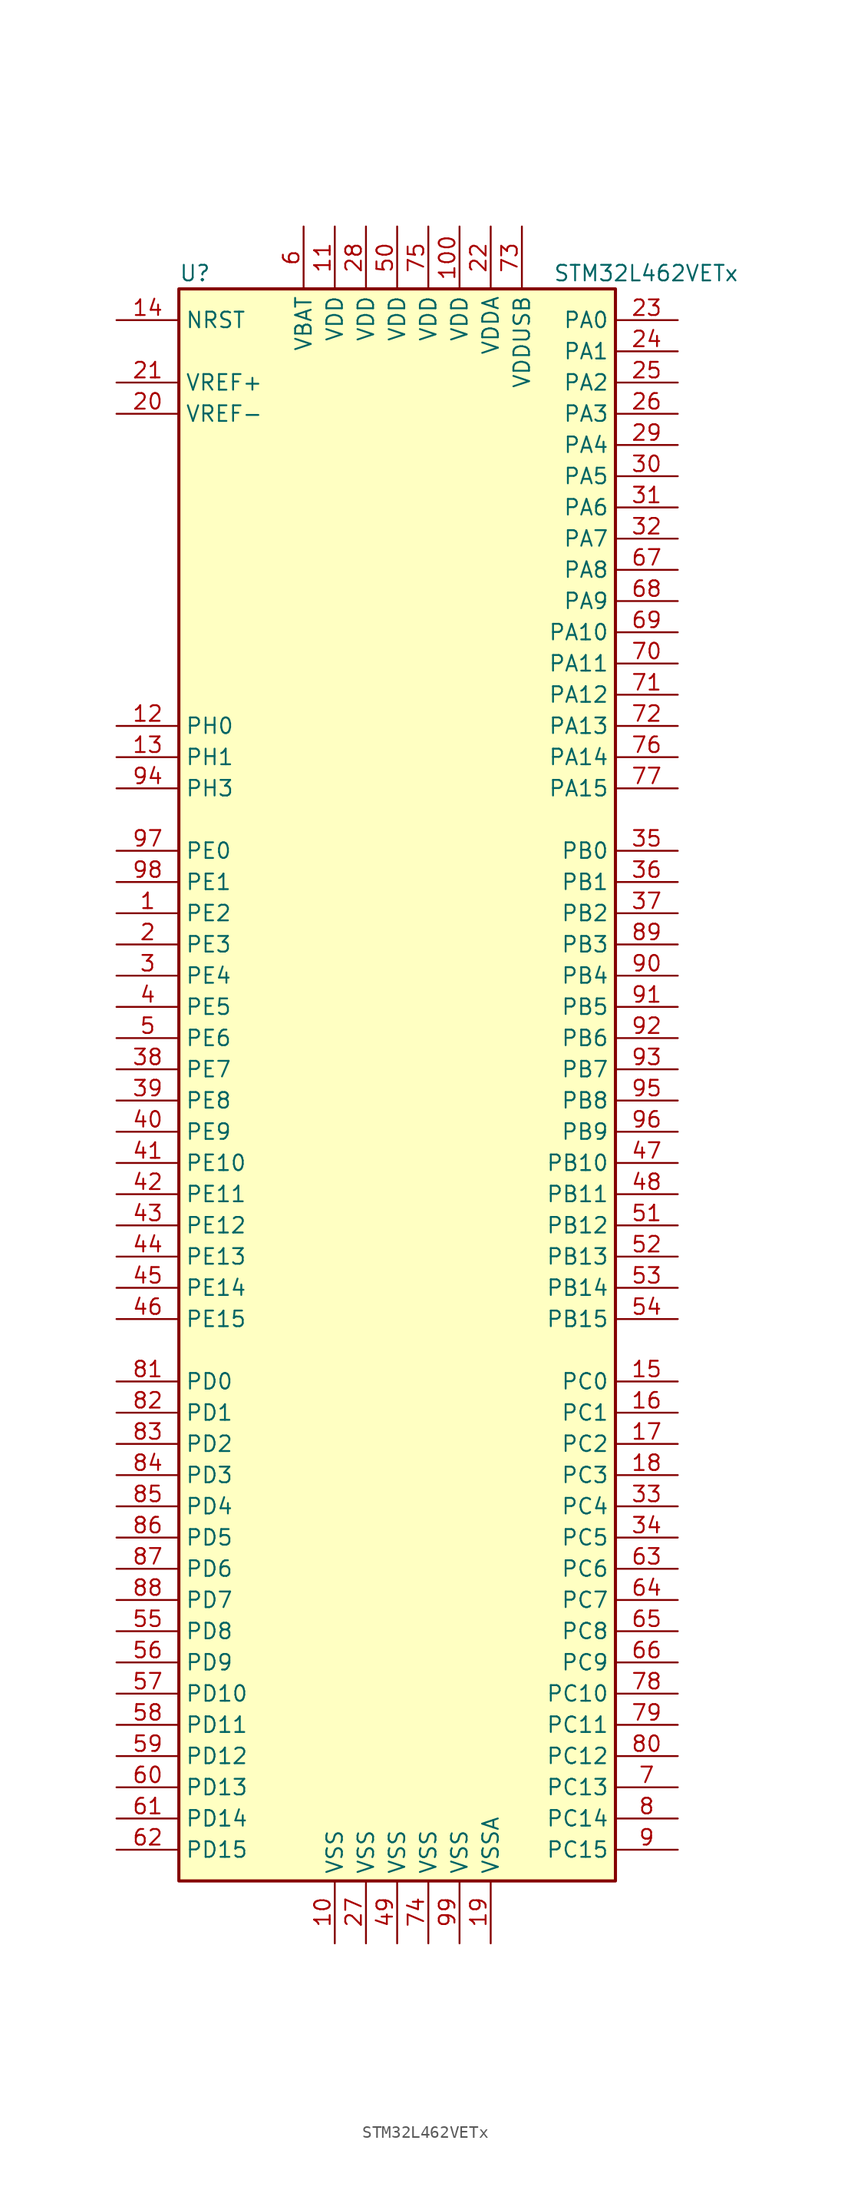
<source format=kicad_sym>
(kicad_symbol_lib
  (version 20201005)
  (generator kicad_symbol_editor)
  (symbol "STM32L462VETx"
    (property "Reference" "U"
      (at -17.78 64.77 0)
      (effects (font (size 1.27 1.27)) (justify left)))
    (property "Value" "STM32L462VETx"
      (at 12.7 64.77 0)
      (effects (font (size 1.27 1.27)) (justify left)))
    (symbol "STM32L462VETx_0_1"
      (rectangle (start -17.78 -66.04) (end 17.78 63.5) (stroke (width 0.254)) (fill (type background))))
    (symbol "STM32L462VETx_1_1"
      (pin input line (at -22.86 60.96 0) (length 5.08) (name "NRST" (effects (font (size 1.27 1.27)))) (number "14" (effects (font (size 1.27 1.27)))))
      (pin bidirectional line (at 22.86 60.96 180) (length 5.08) (name "PA0" (effects (font (size 1.27 1.27)))) (number "23" (effects (font (size 1.27 1.27)))))
      (pin bidirectional line (at 22.86 58.42 180) (length 5.08) (name "PA1" (effects (font (size 1.27 1.27)))) (number "24" (effects (font (size 1.27 1.27)))))
      (pin bidirectional line (at 22.86 35.56 180) (length 5.08) (name "PA10" (effects (font (size 1.27 1.27)))) (number "69" (effects (font (size 1.27 1.27)))))
      (pin bidirectional line (at 22.86 33.02 180) (length 5.08) (name "PA11" (effects (font (size 1.27 1.27)))) (number "70" (effects (font (size 1.27 1.27)))))
      (pin bidirectional line (at 22.86 30.48 180) (length 5.08) (name "PA12" (effects (font (size 1.27 1.27)))) (number "71" (effects (font (size 1.27 1.27)))))
      (pin bidirectional line (at 22.86 27.94 180) (length 5.08) (name "PA13" (effects (font (size 1.27 1.27)))) (number "72" (effects (font (size 1.27 1.27)))))
      (pin bidirectional line (at 22.86 25.4 180) (length 5.08) (name "PA14" (effects (font (size 1.27 1.27)))) (number "76" (effects (font (size 1.27 1.27)))))
      (pin bidirectional line (at 22.86 22.86 180) (length 5.08) (name "PA15" (effects (font (size 1.27 1.27)))) (number "77" (effects (font (size 1.27 1.27)))))
      (pin bidirectional line (at 22.86 55.88 180) (length 5.08) (name "PA2" (effects (font (size 1.27 1.27)))) (number "25" (effects (font (size 1.27 1.27)))))
      (pin bidirectional line (at 22.86 53.34 180) (length 5.08) (name "PA3" (effects (font (size 1.27 1.27)))) (number "26" (effects (font (size 1.27 1.27)))))
      (pin bidirectional line (at 22.86 50.8 180) (length 5.08) (name "PA4" (effects (font (size 1.27 1.27)))) (number "29" (effects (font (size 1.27 1.27)))))
      (pin bidirectional line (at 22.86 48.26 180) (length 5.08) (name "PA5" (effects (font (size 1.27 1.27)))) (number "30" (effects (font (size 1.27 1.27)))))
      (pin bidirectional line (at 22.86 45.72 180) (length 5.08) (name "PA6" (effects (font (size 1.27 1.27)))) (number "31" (effects (font (size 1.27 1.27)))))
      (pin bidirectional line (at 22.86 43.18 180) (length 5.08) (name "PA7" (effects (font (size 1.27 1.27)))) (number "32" (effects (font (size 1.27 1.27)))))
      (pin bidirectional line (at 22.86 40.64 180) (length 5.08) (name "PA8" (effects (font (size 1.27 1.27)))) (number "67" (effects (font (size 1.27 1.27)))))
      (pin bidirectional line (at 22.86 38.1 180) (length 5.08) (name "PA9" (effects (font (size 1.27 1.27)))) (number "68" (effects (font (size 1.27 1.27)))))
      (pin bidirectional line (at 22.86 17.78 180) (length 5.08) (name "PB0" (effects (font (size 1.27 1.27)))) (number "35" (effects (font (size 1.27 1.27)))))
      (pin bidirectional line (at 22.86 15.24 180) (length 5.08) (name "PB1" (effects (font (size 1.27 1.27)))) (number "36" (effects (font (size 1.27 1.27)))))
      (pin bidirectional line (at 22.86 -7.62 180) (length 5.08) (name "PB10" (effects (font (size 1.27 1.27)))) (number "47" (effects (font (size 1.27 1.27)))))
      (pin bidirectional line (at 22.86 -10.16 180) (length 5.08) (name "PB11" (effects (font (size 1.27 1.27)))) (number "48" (effects (font (size 1.27 1.27)))))
      (pin bidirectional line (at 22.86 -12.7 180) (length 5.08) (name "PB12" (effects (font (size 1.27 1.27)))) (number "51" (effects (font (size 1.27 1.27)))))
      (pin bidirectional line (at 22.86 -15.24 180) (length 5.08) (name "PB13" (effects (font (size 1.27 1.27)))) (number "52" (effects (font (size 1.27 1.27)))))
      (pin bidirectional line (at 22.86 -17.78 180) (length 5.08) (name "PB14" (effects (font (size 1.27 1.27)))) (number "53" (effects (font (size 1.27 1.27)))))
      (pin bidirectional line (at 22.86 -20.32 180) (length 5.08) (name "PB15" (effects (font (size 1.27 1.27)))) (number "54" (effects (font (size 1.27 1.27)))))
      (pin bidirectional line (at 22.86 12.7 180) (length 5.08) (name "PB2" (effects (font (size 1.27 1.27)))) (number "37" (effects (font (size 1.27 1.27)))))
      (pin bidirectional line (at 22.86 10.16 180) (length 5.08) (name "PB3" (effects (font (size 1.27 1.27)))) (number "89" (effects (font (size 1.27 1.27)))))
      (pin bidirectional line (at 22.86 7.62 180) (length 5.08) (name "PB4" (effects (font (size 1.27 1.27)))) (number "90" (effects (font (size 1.27 1.27)))))
      (pin bidirectional line (at 22.86 5.08 180) (length 5.08) (name "PB5" (effects (font (size 1.27 1.27)))) (number "91" (effects (font (size 1.27 1.27)))))
      (pin bidirectional line (at 22.86 2.54 180) (length 5.08) (name "PB6" (effects (font (size 1.27 1.27)))) (number "92" (effects (font (size 1.27 1.27)))))
      (pin bidirectional line (at 22.86 0 180) (length 5.08) (name "PB7" (effects (font (size 1.27 1.27)))) (number "93" (effects (font (size 1.27 1.27)))))
      (pin bidirectional line (at 22.86 -2.54 180) (length 5.08) (name "PB8" (effects (font (size 1.27 1.27)))) (number "95" (effects (font (size 1.27 1.27)))))
      (pin bidirectional line (at 22.86 -5.08 180) (length 5.08) (name "PB9" (effects (font (size 1.27 1.27)))) (number "96" (effects (font (size 1.27 1.27)))))
      (pin bidirectional line (at 22.86 -25.4 180) (length 5.08) (name "PC0" (effects (font (size 1.27 1.27)))) (number "15" (effects (font (size 1.27 1.27)))))
      (pin bidirectional line (at 22.86 -27.94 180) (length 5.08) (name "PC1" (effects (font (size 1.27 1.27)))) (number "16" (effects (font (size 1.27 1.27)))))
      (pin bidirectional line (at 22.86 -50.8 180) (length 5.08) (name "PC10" (effects (font (size 1.27 1.27)))) (number "78" (effects (font (size 1.27 1.27)))))
      (pin bidirectional line (at 22.86 -53.34 180) (length 5.08) (name "PC11" (effects (font (size 1.27 1.27)))) (number "79" (effects (font (size 1.27 1.27)))))
      (pin bidirectional line (at 22.86 -55.88 180) (length 5.08) (name "PC12" (effects (font (size 1.27 1.27)))) (number "80" (effects (font (size 1.27 1.27)))))
      (pin bidirectional line (at 22.86 -58.42 180) (length 5.08) (name "PC13" (effects (font (size 1.27 1.27)))) (number "7" (effects (font (size 1.27 1.27)))))
      (pin bidirectional line (at 22.86 -60.96 180) (length 5.08) (name "PC14" (effects (font (size 1.27 1.27)))) (number "8" (effects (font (size 1.27 1.27)))))
      (pin bidirectional line (at 22.86 -63.5 180) (length 5.08) (name "PC15" (effects (font (size 1.27 1.27)))) (number "9" (effects (font (size 1.27 1.27)))))
      (pin bidirectional line (at 22.86 -30.48 180) (length 5.08) (name "PC2" (effects (font (size 1.27 1.27)))) (number "17" (effects (font (size 1.27 1.27)))))
      (pin bidirectional line (at 22.86 -33.02 180) (length 5.08) (name "PC3" (effects (font (size 1.27 1.27)))) (number "18" (effects (font (size 1.27 1.27)))))
      (pin bidirectional line (at 22.86 -35.56 180) (length 5.08) (name "PC4" (effects (font (size 1.27 1.27)))) (number "33" (effects (font (size 1.27 1.27)))))
      (pin bidirectional line (at 22.86 -38.1 180) (length 5.08) (name "PC5" (effects (font (size 1.27 1.27)))) (number "34" (effects (font (size 1.27 1.27)))))
      (pin bidirectional line (at 22.86 -40.64 180) (length 5.08) (name "PC6" (effects (font (size 1.27 1.27)))) (number "63" (effects (font (size 1.27 1.27)))))
      (pin bidirectional line (at 22.86 -43.18 180) (length 5.08) (name "PC7" (effects (font (size 1.27 1.27)))) (number "64" (effects (font (size 1.27 1.27)))))
      (pin bidirectional line (at 22.86 -45.72 180) (length 5.08) (name "PC8" (effects (font (size 1.27 1.27)))) (number "65" (effects (font (size 1.27 1.27)))))
      (pin bidirectional line (at 22.86 -48.26 180) (length 5.08) (name "PC9" (effects (font (size 1.27 1.27)))) (number "66" (effects (font (size 1.27 1.27)))))
      (pin bidirectional line (at -22.86 -25.4 0) (length 5.08) (name "PD0" (effects (font (size 1.27 1.27)))) (number "81" (effects (font (size 1.27 1.27)))))
      (pin bidirectional line (at -22.86 -27.94 0) (length 5.08) (name "PD1" (effects (font (size 1.27 1.27)))) (number "82" (effects (font (size 1.27 1.27)))))
      (pin bidirectional line (at -22.86 -50.8 0) (length 5.08) (name "PD10" (effects (font (size 1.27 1.27)))) (number "57" (effects (font (size 1.27 1.27)))))
      (pin bidirectional line (at -22.86 -53.34 0) (length 5.08) (name "PD11" (effects (font (size 1.27 1.27)))) (number "58" (effects (font (size 1.27 1.27)))))
      (pin bidirectional line (at -22.86 -55.88 0) (length 5.08) (name "PD12" (effects (font (size 1.27 1.27)))) (number "59" (effects (font (size 1.27 1.27)))))
      (pin bidirectional line (at -22.86 -58.42 0) (length 5.08) (name "PD13" (effects (font (size 1.27 1.27)))) (number "60" (effects (font (size 1.27 1.27)))))
      (pin bidirectional line (at -22.86 -60.96 0) (length 5.08) (name "PD14" (effects (font (size 1.27 1.27)))) (number "61" (effects (font (size 1.27 1.27)))))
      (pin bidirectional line (at -22.86 -63.5 0) (length 5.08) (name "PD15" (effects (font (size 1.27 1.27)))) (number "62" (effects (font (size 1.27 1.27)))))
      (pin bidirectional line (at -22.86 -30.48 0) (length 5.08) (name "PD2" (effects (font (size 1.27 1.27)))) (number "83" (effects (font (size 1.27 1.27)))))
      (pin bidirectional line (at -22.86 -33.02 0) (length 5.08) (name "PD3" (effects (font (size 1.27 1.27)))) (number "84" (effects (font (size 1.27 1.27)))))
      (pin bidirectional line (at -22.86 -35.56 0) (length 5.08) (name "PD4" (effects (font (size 1.27 1.27)))) (number "85" (effects (font (size 1.27 1.27)))))
      (pin bidirectional line (at -22.86 -38.1 0) (length 5.08) (name "PD5" (effects (font (size 1.27 1.27)))) (number "86" (effects (font (size 1.27 1.27)))))
      (pin bidirectional line (at -22.86 -40.64 0) (length 5.08) (name "PD6" (effects (font (size 1.27 1.27)))) (number "87" (effects (font (size 1.27 1.27)))))
      (pin bidirectional line (at -22.86 -43.18 0) (length 5.08) (name "PD7" (effects (font (size 1.27 1.27)))) (number "88" (effects (font (size 1.27 1.27)))))
      (pin bidirectional line (at -22.86 -45.72 0) (length 5.08) (name "PD8" (effects (font (size 1.27 1.27)))) (number "55" (effects (font (size 1.27 1.27)))))
      (pin bidirectional line (at -22.86 -48.26 0) (length 5.08) (name "PD9" (effects (font (size 1.27 1.27)))) (number "56" (effects (font (size 1.27 1.27)))))
      (pin bidirectional line (at -22.86 17.78 0) (length 5.08) (name "PE0" (effects (font (size 1.27 1.27)))) (number "97" (effects (font (size 1.27 1.27)))))
      (pin bidirectional line (at -22.86 15.24 0) (length 5.08) (name "PE1" (effects (font (size 1.27 1.27)))) (number "98" (effects (font (size 1.27 1.27)))))
      (pin bidirectional line (at -22.86 -7.62 0) (length 5.08) (name "PE10" (effects (font (size 1.27 1.27)))) (number "41" (effects (font (size 1.27 1.27)))))
      (pin bidirectional line (at -22.86 -10.16 0) (length 5.08) (name "PE11" (effects (font (size 1.27 1.27)))) (number "42" (effects (font (size 1.27 1.27)))))
      (pin bidirectional line (at -22.86 -12.7 0) (length 5.08) (name "PE12" (effects (font (size 1.27 1.27)))) (number "43" (effects (font (size 1.27 1.27)))))
      (pin bidirectional line (at -22.86 -15.24 0) (length 5.08) (name "PE13" (effects (font (size 1.27 1.27)))) (number "44" (effects (font (size 1.27 1.27)))))
      (pin bidirectional line (at -22.86 -17.78 0) (length 5.08) (name "PE14" (effects (font (size 1.27 1.27)))) (number "45" (effects (font (size 1.27 1.27)))))
      (pin bidirectional line (at -22.86 -20.32 0) (length 5.08) (name "PE15" (effects (font (size 1.27 1.27)))) (number "46" (effects (font (size 1.27 1.27)))))
      (pin bidirectional line (at -22.86 12.7 0) (length 5.08) (name "PE2" (effects (font (size 1.27 1.27)))) (number "1" (effects (font (size 1.27 1.27)))))
      (pin bidirectional line (at -22.86 10.16 0) (length 5.08) (name "PE3" (effects (font (size 1.27 1.27)))) (number "2" (effects (font (size 1.27 1.27)))))
      (pin bidirectional line (at -22.86 7.62 0) (length 5.08) (name "PE4" (effects (font (size 1.27 1.27)))) (number "3" (effects (font (size 1.27 1.27)))))
      (pin bidirectional line (at -22.86 5.08 0) (length 5.08) (name "PE5" (effects (font (size 1.27 1.27)))) (number "4" (effects (font (size 1.27 1.27)))))
      (pin bidirectional line (at -22.86 2.54 0) (length 5.08) (name "PE6" (effects (font (size 1.27 1.27)))) (number "5" (effects (font (size 1.27 1.27)))))
      (pin bidirectional line (at -22.86 0 0) (length 5.08) (name "PE7" (effects (font (size 1.27 1.27)))) (number "38" (effects (font (size 1.27 1.27)))))
      (pin bidirectional line (at -22.86 -2.54 0) (length 5.08) (name "PE8" (effects (font (size 1.27 1.27)))) (number "39" (effects (font (size 1.27 1.27)))))
      (pin bidirectional line (at -22.86 -5.08 0) (length 5.08) (name "PE9" (effects (font (size 1.27 1.27)))) (number "40" (effects (font (size 1.27 1.27)))))
      (pin input line (at -22.86 27.94 0) (length 5.08) (name "PH0" (effects (font (size 1.27 1.27)))) (number "12" (effects (font (size 1.27 1.27)))))
      (pin input line (at -22.86 25.4 0) (length 5.08) (name "PH1" (effects (font (size 1.27 1.27)))) (number "13" (effects (font (size 1.27 1.27)))))
      (pin bidirectional line (at -22.86 22.86 0) (length 5.08) (name "PH3" (effects (font (size 1.27 1.27)))) (number "94" (effects (font (size 1.27 1.27)))))
      (pin power_in line (at -7.62 68.58 270) (length 5.08) (name "VBAT" (effects (font (size 1.27 1.27)))) (number "6" (effects (font (size 1.27 1.27)))))
      (pin power_in line (at 5.08 68.58 270) (length 5.08) (name "VDD" (effects (font (size 1.27 1.27)))) (number "100" (effects (font (size 1.27 1.27)))))
      (pin power_in line (at -5.08 68.58 270) (length 5.08) (name "VDD" (effects (font (size 1.27 1.27)))) (number "11" (effects (font (size 1.27 1.27)))))
      (pin power_in line (at -2.54 68.58 270) (length 5.08) (name "VDD" (effects (font (size 1.27 1.27)))) (number "28" (effects (font (size 1.27 1.27)))))
      (pin power_in line (at 0 68.58 270) (length 5.08) (name "VDD" (effects (font (size 1.27 1.27)))) (number "50" (effects (font (size 1.27 1.27)))))
      (pin power_in line (at 2.54 68.58 270) (length 5.08) (name "VDD" (effects (font (size 1.27 1.27)))) (number "75" (effects (font (size 1.27 1.27)))))
      (pin power_in line (at 7.62 68.58 270) (length 5.08) (name "VDDA" (effects (font (size 1.27 1.27)))) (number "22" (effects (font (size 1.27 1.27)))))
      (pin power_in line (at 10.16 68.58 270) (length 5.08) (name "VDDUSB" (effects (font (size 1.27 1.27)))) (number "73" (effects (font (size 1.27 1.27)))))
      (pin bidirectional line (at -22.86 55.88 0) (length 5.08) (name "VREF+" (effects (font (size 1.27 1.27)))) (number "21" (effects (font (size 1.27 1.27)))))
      (pin power_in line (at -22.86 53.34 0) (length 5.08) (name "VREF-" (effects (font (size 1.27 1.27)))) (number "20" (effects (font (size 1.27 1.27)))))
      (pin power_in line (at -5.08 -71.12 90) (length 5.08) (name "VSS" (effects (font (size 1.27 1.27)))) (number "10" (effects (font (size 1.27 1.27)))))
      (pin power_in line (at -2.54 -71.12 90) (length 5.08) (name "VSS" (effects (font (size 1.27 1.27)))) (number "27" (effects (font (size 1.27 1.27)))))
      (pin power_in line (at 0 -71.12 90) (length 5.08) (name "VSS" (effects (font (size 1.27 1.27)))) (number "49" (effects (font (size 1.27 1.27)))))
      (pin power_in line (at 2.54 -71.12 90) (length 5.08) (name "VSS" (effects (font (size 1.27 1.27)))) (number "74" (effects (font (size 1.27 1.27)))))
      (pin power_in line (at 5.08 -71.12 90) (length 5.08) (name "VSS" (effects (font (size 1.27 1.27)))) (number "99" (effects (font (size 1.27 1.27)))))
      (pin power_in line (at 7.62 -71.12 90) (length 5.08) (name "VSSA" (effects (font (size 1.27 1.27)))) (number "19" (effects (font (size 1.27 1.27))))))))
</source>
